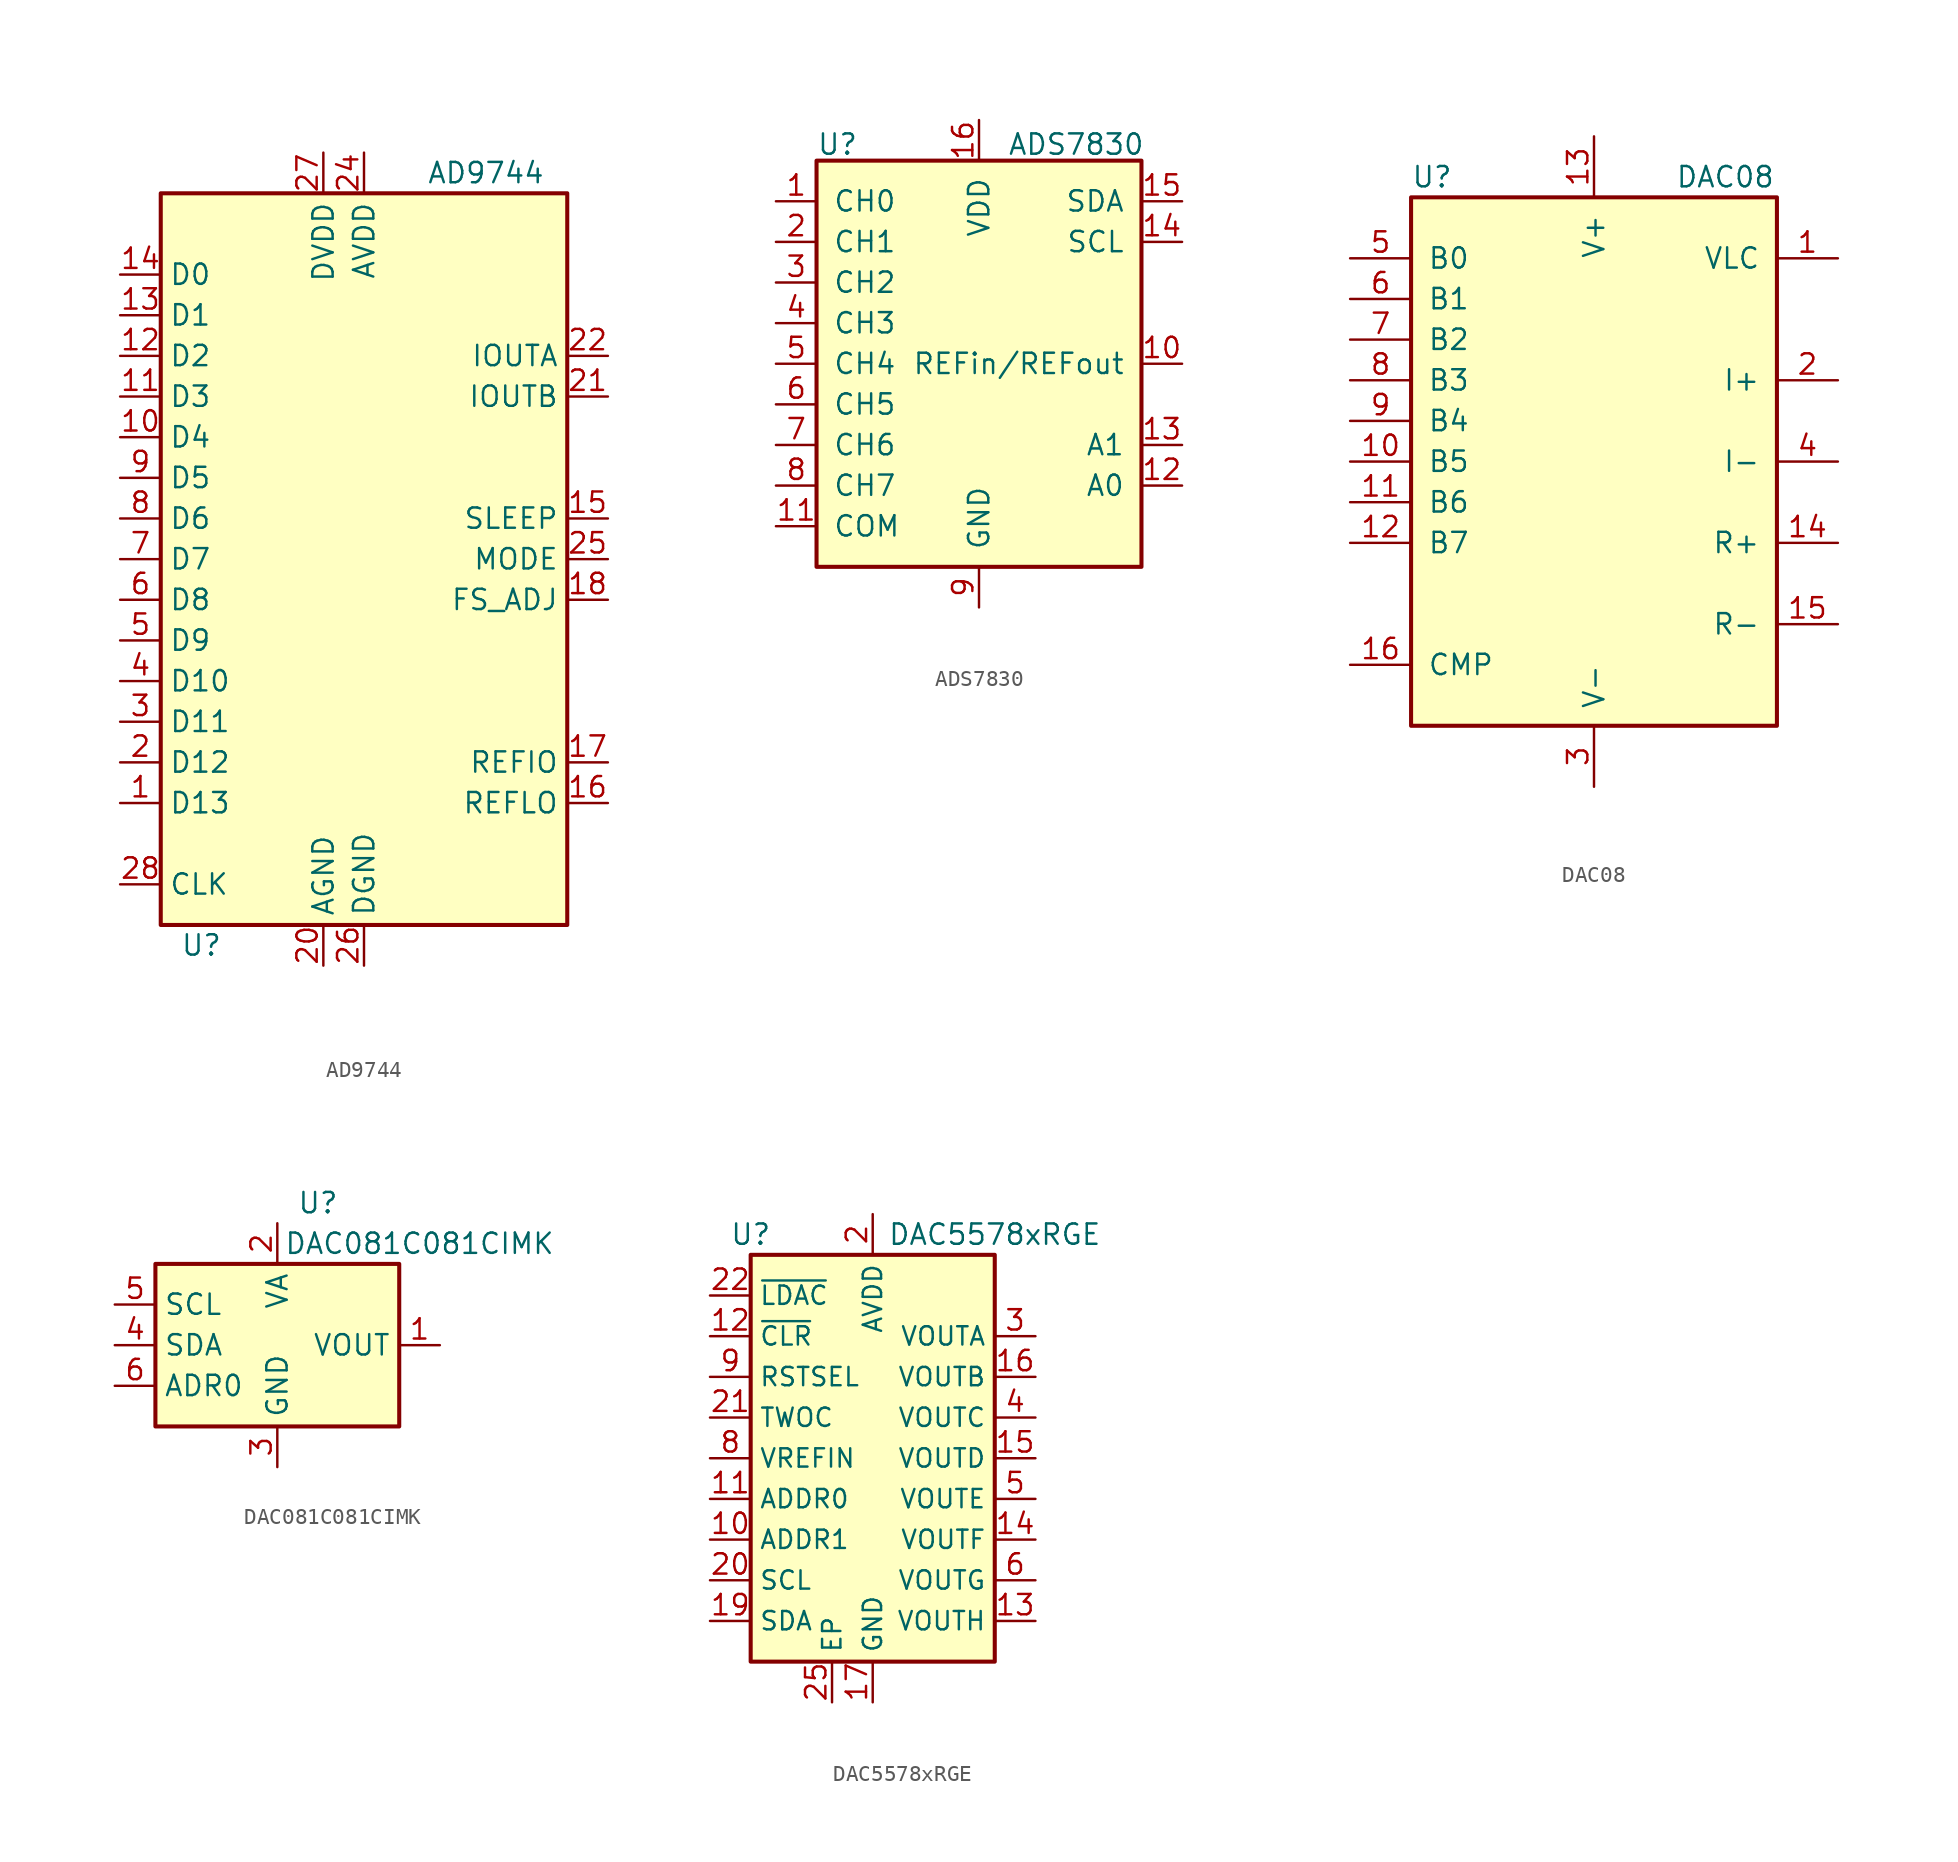
<source format=kicad_sym>
(kicad_symbol_lib
  (version 20211014)
  (generator kicad_symbol_editor)
  (symbol "AD9744"
    (property "Reference" "U"
      (at -10.16 -24.13 0)
      (effects (font (size 1.27 1.27))))
    (property "Value" "AD9744"
      (at 7.62 24.13 0)
      (effects (font (size 1.27 1.27))))
    (symbol "AD9744_0_1"
      (rectangle (start 12.7 22.86) (end -12.7 -22.86) (stroke (width 0.254) (type default) (color 0 0 0 0)) (fill (type background))))
    (symbol "AD9744_1_1"
      (pin input line (at -15.24 -15.24 0) (length 2.54) (name "D13" (effects (font (size 1.27 1.27)))) (number "1" (effects (font (size 1.27 1.27)))))
      (pin input line (at -15.24 7.62 0) (length 2.54) (name "D4" (effects (font (size 1.27 1.27)))) (number "10" (effects (font (size 1.27 1.27)))))
      (pin input line (at -15.24 10.16 0) (length 2.54) (name "D3" (effects (font (size 1.27 1.27)))) (number "11" (effects (font (size 1.27 1.27)))))
      (pin input line (at -15.24 12.7 0) (length 2.54) (name "D2" (effects (font (size 1.27 1.27)))) (number "12" (effects (font (size 1.27 1.27)))))
      (pin input line (at -15.24 15.24 0) (length 2.54) (name "D1" (effects (font (size 1.27 1.27)))) (number "13" (effects (font (size 1.27 1.27)))))
      (pin input line (at -15.24 17.78 0) (length 2.54) (name "D0" (effects (font (size 1.27 1.27)))) (number "14" (effects (font (size 1.27 1.27)))))
      (pin input line (at 15.24 2.54 180) (length 2.54) (name "SLEEP" (effects (font (size 1.27 1.27)))) (number "15" (effects (font (size 1.27 1.27)))))
      (pin input line (at 15.24 -15.24 180) (length 2.54) (name "REFLO" (effects (font (size 1.27 1.27)))) (number "16" (effects (font (size 1.27 1.27)))))
      (pin input line (at 15.24 -12.7 180) (length 2.54) (name "REFIO" (effects (font (size 1.27 1.27)))) (number "17" (effects (font (size 1.27 1.27)))))
      (pin input line (at 15.24 -2.54 180) (length 2.54) (name "FS_ADJ" (effects (font (size 1.27 1.27)))) (number "18" (effects (font (size 1.27 1.27)))))
      (pin input line (at -15.24 -12.7 0) (length 2.54) (name "D12" (effects (font (size 1.27 1.27)))) (number "2" (effects (font (size 1.27 1.27)))))
      (pin power_in line (at -2.54 -25.4 90) (length 2.54) (name "AGND" (effects (font (size 1.27 1.27)))) (number "20" (effects (font (size 1.27 1.27)))))
      (pin output line (at 15.24 10.16 180) (length 2.54) (name "IOUTB" (effects (font (size 1.27 1.27)))) (number "21" (effects (font (size 1.27 1.27)))))
      (pin output line (at 15.24 12.7 180) (length 2.54) (name "IOUTA" (effects (font (size 1.27 1.27)))) (number "22" (effects (font (size 1.27 1.27)))))
      (pin power_in line (at 0 25.4 270) (length 2.54) (name "AVDD" (effects (font (size 1.27 1.27)))) (number "24" (effects (font (size 1.27 1.27)))))
      (pin input line (at 15.24 0 180) (length 2.54) (name "MODE" (effects (font (size 1.27 1.27)))) (number "25" (effects (font (size 1.27 1.27)))))
      (pin power_in line (at 0 -25.4 90) (length 2.54) (name "DGND" (effects (font (size 1.27 1.27)))) (number "26" (effects (font (size 1.27 1.27)))))
      (pin power_in line (at -2.54 25.4 270) (length 2.54) (name "DVDD" (effects (font (size 1.27 1.27)))) (number "27" (effects (font (size 1.27 1.27)))))
      (pin input line (at -15.24 -20.32 0) (length 2.54) (name "CLK" (effects (font (size 1.27 1.27)))) (number "28" (effects (font (size 1.27 1.27)))))
      (pin input line (at -15.24 -10.16 0) (length 2.54) (name "D11" (effects (font (size 1.27 1.27)))) (number "3" (effects (font (size 1.27 1.27)))))
      (pin input line (at -15.24 -7.62 0) (length 2.54) (name "D10" (effects (font (size 1.27 1.27)))) (number "4" (effects (font (size 1.27 1.27)))))
      (pin input line (at -15.24 -5.08 0) (length 2.54) (name "D9" (effects (font (size 1.27 1.27)))) (number "5" (effects (font (size 1.27 1.27)))))
      (pin input line (at -15.24 -2.54 0) (length 2.54) (name "D8" (effects (font (size 1.27 1.27)))) (number "6" (effects (font (size 1.27 1.27)))))
      (pin input line (at -15.24 0 0) (length 2.54) (name "D7" (effects (font (size 1.27 1.27)))) (number "7" (effects (font (size 1.27 1.27)))))
      (pin input line (at -15.24 2.54 0) (length 2.54) (name "D6" (effects (font (size 1.27 1.27)))) (number "8" (effects (font (size 1.27 1.27)))))
      (pin input line (at -15.24 5.08 0) (length 2.54) (name "D5" (effects (font (size 1.27 1.27)))) (number "9" (effects (font (size 1.27 1.27)))))))
  (symbol "ADS7830"
    (pin_names
      (offset 1.016))
    (property "Reference" "U"
      (at -10.16 13.716 0)
      (effects (font (size 1.27 1.27)) (justify left)))
    (property "Value" "ADS7830"
      (at 1.778 13.716 0)
      (effects (font (size 1.27 1.27)) (justify left)))
    (symbol "ADS7830_0_1"
      (rectangle (start -10.16 12.7) (end 10.16 -12.7) (stroke (width 0.254) (type default) (color 0 0 0 0)) (fill (type background))))
    (symbol "ADS7830_1_1"
      (pin input line (at -12.7 10.16 0) (length 2.54) (name "CH0" (effects (font (size 1.27 1.27)))) (number "1" (effects (font (size 1.27 1.27)))))
      (pin bidirectional line (at 12.7 0 180) (length 2.54) (name "REFin/REFout" (effects (font (size 1.27 1.27)))) (number "10" (effects (font (size 1.27 1.27)))))
      (pin input line (at -12.7 -10.16 0) (length 2.54) (name "COM" (effects (font (size 1.27 1.27)))) (number "11" (effects (font (size 1.27 1.27)))))
      (pin input line (at 12.7 -7.62 180) (length 2.54) (name "A0" (effects (font (size 1.27 1.27)))) (number "12" (effects (font (size 1.27 1.27)))))
      (pin input line (at 12.7 -5.08 180) (length 2.54) (name "A1" (effects (font (size 1.27 1.27)))) (number "13" (effects (font (size 1.27 1.27)))))
      (pin input line (at 12.7 7.62 180) (length 2.54) (name "SCL" (effects (font (size 1.27 1.27)))) (number "14" (effects (font (size 1.27 1.27)))))
      (pin bidirectional line (at 12.7 10.16 180) (length 2.54) (name "SDA" (effects (font (size 1.27 1.27)))) (number "15" (effects (font (size 1.27 1.27)))))
      (pin power_in line (at 0 15.24 270) (length 2.54) (name "VDD" (effects (font (size 1.27 1.27)))) (number "16" (effects (font (size 1.27 1.27)))))
      (pin input line (at -12.7 7.62 0) (length 2.54) (name "CH1" (effects (font (size 1.27 1.27)))) (number "2" (effects (font (size 1.27 1.27)))))
      (pin input line (at -12.7 5.08 0) (length 2.54) (name "CH2" (effects (font (size 1.27 1.27)))) (number "3" (effects (font (size 1.27 1.27)))))
      (pin input line (at -12.7 2.54 0) (length 2.54) (name "CH3" (effects (font (size 1.27 1.27)))) (number "4" (effects (font (size 1.27 1.27)))))
      (pin input line (at -12.7 0 0) (length 2.54) (name "CH4" (effects (font (size 1.27 1.27)))) (number "5" (effects (font (size 1.27 1.27)))))
      (pin input line (at -12.7 -2.54 0) (length 2.54) (name "CH5" (effects (font (size 1.27 1.27)))) (number "6" (effects (font (size 1.27 1.27)))))
      (pin input line (at -12.7 -5.08 0) (length 2.54) (name "CH6" (effects (font (size 1.27 1.27)))) (number "7" (effects (font (size 1.27 1.27)))))
      (pin input line (at -12.7 -7.62 0) (length 2.54) (name "CH7" (effects (font (size 1.27 1.27)))) (number "8" (effects (font (size 1.27 1.27)))))
      (pin power_in line (at 0 -15.24 90) (length 2.54) (name "GND" (effects (font (size 1.27 1.27)))) (number "9" (effects (font (size 1.27 1.27)))))))
  (symbol "DAC08"
    (pin_names
      (offset 1.016))
    (property "Reference" "U"
      (at -11.43 17.78 0)
      (effects (font (size 1.27 1.27)) (justify left)))
    (property "Value" "DAC08"
      (at 5.08 17.78 0)
      (effects (font (size 1.27 1.27)) (justify left)))
    (symbol "DAC08_0_1"
      (rectangle (start -11.43 -16.51) (end 11.43 16.51) (stroke (width 0.254) (type default) (color 0 0 0 0)) (fill (type background))))
    (symbol "DAC08_1_1"
      (pin input line (at 15.24 12.7 180) (length 3.81) (name "VLC" (effects (font (size 1.27 1.27)))) (number "1" (effects (font (size 1.27 1.27)))))
      (pin input line (at -15.24 0 0) (length 3.81) (name "B5" (effects (font (size 1.27 1.27)))) (number "10" (effects (font (size 1.27 1.27)))))
      (pin input line (at -15.24 -2.54 0) (length 3.81) (name "B6" (effects (font (size 1.27 1.27)))) (number "11" (effects (font (size 1.27 1.27)))))
      (pin input line (at -15.24 -5.08 0) (length 3.81) (name "B7" (effects (font (size 1.27 1.27)))) (number "12" (effects (font (size 1.27 1.27)))))
      (pin power_in line (at 0 20.32 270) (length 3.81) (name "V+" (effects (font (size 1.27 1.27)))) (number "13" (effects (font (size 1.27 1.27)))))
      (pin input line (at 15.24 -5.08 180) (length 3.81) (name "R+" (effects (font (size 1.27 1.27)))) (number "14" (effects (font (size 1.27 1.27)))))
      (pin input line (at 15.24 -10.16 180) (length 3.81) (name "R-" (effects (font (size 1.27 1.27)))) (number "15" (effects (font (size 1.27 1.27)))))
      (pin input line (at -15.24 -12.7 0) (length 3.81) (name "CMP" (effects (font (size 1.27 1.27)))) (number "16" (effects (font (size 1.27 1.27)))))
      (pin output line (at 15.24 5.08 180) (length 3.81) (name "I+" (effects (font (size 1.27 1.27)))) (number "2" (effects (font (size 1.27 1.27)))))
      (pin power_in line (at 0 -20.32 90) (length 3.81) (name "V-" (effects (font (size 1.27 1.27)))) (number "3" (effects (font (size 1.27 1.27)))))
      (pin output line (at 15.24 0 180) (length 3.81) (name "I-" (effects (font (size 1.27 1.27)))) (number "4" (effects (font (size 1.27 1.27)))))
      (pin input line (at -15.24 12.7 0) (length 3.81) (name "B0" (effects (font (size 1.27 1.27)))) (number "5" (effects (font (size 1.27 1.27)))))
      (pin input line (at -15.24 10.16 0) (length 3.81) (name "B1" (effects (font (size 1.27 1.27)))) (number "6" (effects (font (size 1.27 1.27)))))
      (pin input line (at -15.24 7.62 0) (length 3.81) (name "B2" (effects (font (size 1.27 1.27)))) (number "7" (effects (font (size 1.27 1.27)))))
      (pin input line (at -15.24 5.08 0) (length 3.81) (name "B3" (effects (font (size 1.27 1.27)))) (number "8" (effects (font (size 1.27 1.27)))))
      (pin input line (at -15.24 2.54 0) (length 3.81) (name "B4" (effects (font (size 1.27 1.27)))) (number "9" (effects (font (size 1.27 1.27)))))))
  (symbol "DAC081C081CIMK"
    (property "Reference" "U"
      (at 2.54 8.89 0)
      (effects (font (size 1.27 1.27))))
    (property "Value" "DAC081C081CIMK"
      (at 8.89 6.35 0)
      (effects (font (size 1.27 1.27))))
    (symbol "DAC081C081CIMK_0_1"
      (rectangle (start -7.62 -5.08) (end 7.62 5.08) (stroke (width 0.254) (type default) (color 0 0 0 0)) (fill (type background))))
    (symbol "DAC081C081CIMK_1_1"
      (pin output line (at 10.16 0 180) (length 2.54) (name "VOUT" (effects (font (size 1.27 1.27)))) (number "1" (effects (font (size 1.27 1.27)))))
      (pin power_in line (at 0 7.62 270) (length 2.54) (name "VA" (effects (font (size 1.27 1.27)))) (number "2" (effects (font (size 1.27 1.27)))))
      (pin power_in line (at 0 -7.62 90) (length 2.54) (name "GND" (effects (font (size 1.27 1.27)))) (number "3" (effects (font (size 1.27 1.27)))))
      (pin bidirectional line (at -10.16 0 0) (length 2.54) (name "SDA" (effects (font (size 1.27 1.27)))) (number "4" (effects (font (size 1.27 1.27)))))
      (pin input line (at -10.16 2.54 0) (length 2.54) (name "SCL" (effects (font (size 1.27 1.27)))) (number "5" (effects (font (size 1.27 1.27)))))
      (pin input line (at -10.16 -2.54 0) (length 2.54) (name "ADR0" (effects (font (size 1.27 1.27)))) (number "6" (effects (font (size 1.27 1.27)))))))
  (symbol "DAC5578xRGE"
    (property "Reference" "U"
      (at -7.62 13.97 0)
      (effects (font (size 1.27 1.27))))
    (property "Value" "DAC5578xRGE"
      (at 7.62 13.97 0)
      (effects (font (size 1.27 1.27))))
    (symbol "DAC5578xRGE_0_1"
      (rectangle (start -7.62 12.7) (end 7.62 -12.7) (stroke (width 0.254) (type default) (color 0 0 0 0)) (fill (type background))))
    (symbol "DAC5578xRGE_1_1"
      (pin no_connect line (at 7.62 10.16 180) (length 2.54) hide (name "NC" (effects (font (size 1.143 1.143)))) (number "1" (effects (font (size 1.27 1.27)))))
      (pin input line (at -10.16 -5.08 0) (length 2.54) (name "ADDR1" (effects (font (size 1.143 1.143)))) (number "10" (effects (font (size 1.27 1.27)))))
      (pin input line (at -10.16 -2.54 0) (length 2.54) (name "ADDR0" (effects (font (size 1.143 1.143)))) (number "11" (effects (font (size 1.27 1.27)))))
      (pin input line (at -10.16 7.62 0) (length 2.54) (name "~{CLR}" (effects (font (size 1.143 1.143)))) (number "12" (effects (font (size 1.27 1.27)))))
      (pin output line (at 10.16 -10.16 180) (length 2.54) (name "VOUTH" (effects (font (size 1.143 1.143)))) (number "13" (effects (font (size 1.27 1.27)))))
      (pin output line (at 10.16 -5.08 180) (length 2.54) (name "VOUTF" (effects (font (size 1.143 1.143)))) (number "14" (effects (font (size 1.27 1.27)))))
      (pin output line (at 10.16 0 180) (length 2.54) (name "VOUTD" (effects (font (size 1.143 1.143)))) (number "15" (effects (font (size 1.27 1.27)))))
      (pin output line (at 10.16 5.08 180) (length 2.54) (name "VOUTB" (effects (font (size 1.143 1.143)))) (number "16" (effects (font (size 1.27 1.27)))))
      (pin power_in line (at 0 -15.24 90) (length 2.54) (name "GND" (effects (font (size 1.143 1.143)))) (number "17" (effects (font (size 1.27 1.27)))))
      (pin no_connect line (at 7.62 12.7 180) (length 2.54) hide (name "NC" (effects (font (size 1.143 1.143)))) (number "18" (effects (font (size 1.27 1.27)))))
      (pin bidirectional line (at -10.16 -10.16 0) (length 2.54) (name "SDA" (effects (font (size 1.143 1.143)))) (number "19" (effects (font (size 1.27 1.27)))))
      (pin power_in line (at 0 15.24 270) (length 2.54) (name "AVDD" (effects (font (size 1.143 1.143)))) (number "2" (effects (font (size 1.27 1.27)))))
      (pin input line (at -10.16 -7.62 0) (length 2.54) (name "SCL" (effects (font (size 1.143 1.143)))) (number "20" (effects (font (size 1.27 1.27)))))
      (pin input line (at -10.16 2.54 0) (length 2.54) (name "TWOC" (effects (font (size 1.143 1.143)))) (number "21" (effects (font (size 1.27 1.27)))))
      (pin input line (at -10.16 10.16 0) (length 2.54) (name "~{LDAC}" (effects (font (size 1.143 1.143)))) (number "22" (effects (font (size 1.27 1.27)))))
      (pin no_connect line (at 5.08 12.7 180) (length 2.54) hide (name "NC" (effects (font (size 1.143 1.143)))) (number "23" (effects (font (size 1.27 1.27)))))
      (pin no_connect line (at 2.54 10.16 180) (length 2.54) hide (name "NC" (effects (font (size 1.143 1.143)))) (number "24" (effects (font (size 1.27 1.27)))))
      (pin passive line (at -2.54 -15.24 90) (length 2.54) (name "EP" (effects (font (size 1.143 1.143)))) (number "25" (effects (font (size 1.27 1.27)))))
      (pin output line (at 10.16 7.62 180) (length 2.54) (name "VOUTA" (effects (font (size 1.143 1.143)))) (number "3" (effects (font (size 1.27 1.27)))))
      (pin output line (at 10.16 2.54 180) (length 2.54) (name "VOUTC" (effects (font (size 1.143 1.143)))) (number "4" (effects (font (size 1.27 1.27)))))
      (pin output line (at 10.16 -2.54 180) (length 2.54) (name "VOUTE" (effects (font (size 1.143 1.143)))) (number "5" (effects (font (size 1.27 1.27)))))
      (pin output line (at 10.16 -7.62 180) (length 2.54) (name "VOUTG" (effects (font (size 1.143 1.143)))) (number "6" (effects (font (size 1.27 1.27)))))
      (pin no_connect line (at 5.08 10.16 180) (length 2.54) hide (name "NC" (effects (font (size 1.143 1.143)))) (number "7" (effects (font (size 1.27 1.27)))))
      (pin input line (at -10.16 0 0) (length 2.54) (name "VREFIN" (effects (font (size 1.143 1.143)))) (number "8" (effects (font (size 1.27 1.27)))))
      (pin input line (at -10.16 5.08 0) (length 2.54) (name "RSTSEL" (effects (font (size 1.143 1.143)))) (number "9" (effects (font (size 1.27 1.27))))))))
</source>
